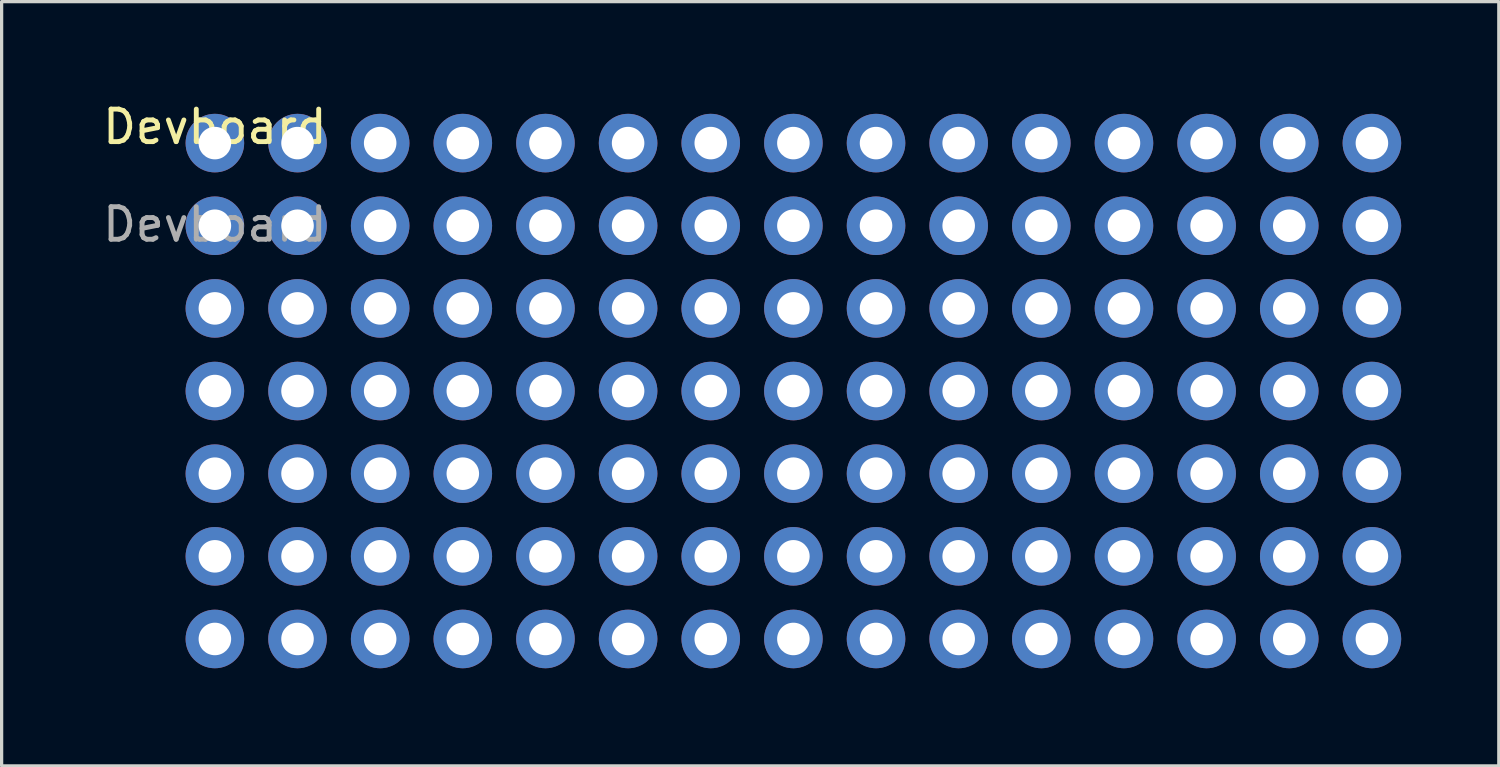
<source format=kicad_pcb>
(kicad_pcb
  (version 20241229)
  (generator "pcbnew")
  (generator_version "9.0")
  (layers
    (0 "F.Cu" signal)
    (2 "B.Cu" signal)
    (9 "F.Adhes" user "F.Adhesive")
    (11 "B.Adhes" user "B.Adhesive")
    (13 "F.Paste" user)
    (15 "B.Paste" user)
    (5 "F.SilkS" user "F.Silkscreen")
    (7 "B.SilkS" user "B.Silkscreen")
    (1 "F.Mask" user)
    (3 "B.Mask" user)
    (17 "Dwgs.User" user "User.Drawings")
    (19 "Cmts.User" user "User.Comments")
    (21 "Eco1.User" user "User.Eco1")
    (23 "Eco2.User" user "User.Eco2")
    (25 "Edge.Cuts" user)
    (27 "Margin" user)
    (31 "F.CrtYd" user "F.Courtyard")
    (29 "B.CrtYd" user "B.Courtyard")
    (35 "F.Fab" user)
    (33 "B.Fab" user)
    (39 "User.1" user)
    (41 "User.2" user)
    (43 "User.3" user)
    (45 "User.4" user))
  (footprint "Devboard"
    (layer "F.Cu")
    (at 3.554 1.348)
    (property "Reference" "Devboard" (at 0 -0.5 0) (unlocked yes) (layer "F.SilkS") (effects (font (size 1 1) (thickness 0.15))))
    (attr through_hole)
    (fp_text user "${REFERENCE}" (at 0 2.5 0) (unlocked yes) (layer "F.Fab") (effects (font (size 1 1) (thickness 0.15))))
    (pad "1" thru_hole circle (at 0 0) (size 1.8 1.8) (drill 1) (layers "*.Cu" "*.Mask"))
    (pad "2" thru_hole circle (at 2.54 0) (size 1.8 1.8) (drill 1) (layers "*.Cu" "*.Mask"))
    (pad "3" thru_hole circle (at 5.08 0) (size 1.8 1.8) (drill 1) (layers "*.Cu" "*.Mask"))
    (pad "4" thru_hole circle (at 7.62 0) (size 1.8 1.8) (drill 1) (layers "*.Cu" "*.Mask"))
    (pad "5" thru_hole circle (at 10.16 0) (size 1.8 1.8) (drill 1) (layers "*.Cu" "*.Mask"))
    (pad "6" thru_hole circle (at 12.7 0) (size 1.8 1.8) (drill 1) (layers "*.Cu" "*.Mask"))
    (pad "7" thru_hole circle (at 15.24 0) (size 1.8 1.8) (drill 1) (layers "*.Cu" "*.Mask"))
    (pad "8" thru_hole circle (at 17.78 0) (size 1.8 1.8) (drill 1) (layers "*.Cu" "*.Mask"))
    (pad "9" thru_hole circle (at 20.32 0) (size 1.8 1.8) (drill 1) (layers "*.Cu" "*.Mask"))
    (pad "10" thru_hole circle (at 22.86 0) (size 1.8 1.8) (drill 1) (layers "*.Cu" "*.Mask"))
    (pad "11" thru_hole circle (at 25.4 0) (size 1.8 1.8) (drill 1) (layers "*.Cu" "*.Mask"))
    (pad "12" thru_hole circle (at 27.94 0) (size 1.8 1.8) (drill 1) (layers "*.Cu" "*.Mask"))
    (pad "13" thru_hole circle (at 30.48 0) (size 1.8 1.8) (drill 1) (layers "*.Cu" "*.Mask"))
    (pad "14" thru_hole circle (at 33.02 0) (size 1.8 1.8) (drill 1) (layers "*.Cu" "*.Mask"))
    (pad "15" thru_hole circle (at 35.56 0) (size 1.8 1.8) (drill 1) (layers "*.Cu" "*.Mask"))
    (pad "19" thru_hole circle (at 0 2.54) (size 1.8 1.8) (drill 1) (layers "*.Cu" "*.Mask"))
    (pad "20" thru_hole circle (at 2.54 2.54) (size 1.8 1.8) (drill 1) (layers "*.Cu" "*.Mask"))
    (pad "21" thru_hole circle (at 5.08 2.54) (size 1.8 1.8) (drill 1) (layers "*.Cu" "*.Mask"))
    (pad "22" thru_hole circle (at 7.62 2.54) (size 1.8 1.8) (drill 1) (layers "*.Cu" "*.Mask"))
    (pad "23" thru_hole circle (at 10.16 2.54) (size 1.8 1.8) (drill 1) (layers "*.Cu" "*.Mask"))
    (pad "24" thru_hole circle (at 12.7 2.54) (size 1.8 1.8) (drill 1) (layers "*.Cu" "*.Mask"))
    (pad "25" thru_hole circle (at 15.24 2.54) (size 1.8 1.8) (drill 1) (layers "*.Cu" "*.Mask"))
    (pad "26" thru_hole circle (at 17.78 2.54) (size 1.8 1.8) (drill 1) (layers "*.Cu" "*.Mask"))
    (pad "27" thru_hole circle (at 20.32 2.54) (size 1.8 1.8) (drill 1) (layers "*.Cu" "*.Mask"))
    (pad "28" thru_hole circle (at 22.86 2.54) (size 1.8 1.8) (drill 1) (layers "*.Cu" "*.Mask"))
    (pad "29" thru_hole circle (at 25.4 2.54) (size 1.8 1.8) (drill 1) (layers "*.Cu" "*.Mask"))
    (pad "30" thru_hole circle (at 27.94 2.54) (size 1.8 1.8) (drill 1) (layers "*.Cu" "*.Mask"))
    (pad "31" thru_hole circle (at 30.48 2.54) (size 1.8 1.8) (drill 1) (layers "*.Cu" "*.Mask"))
    (pad "32" thru_hole circle (at 33.02 2.54) (size 1.8 1.8) (drill 1) (layers "*.Cu" "*.Mask"))
    (pad "33" thru_hole circle (at 35.56 2.54) (size 1.8 1.8) (drill 1) (layers "*.Cu" "*.Mask"))
    (pad "37" thru_hole circle (at 0 5.08) (size 1.8 1.8) (drill 1) (layers "*.Cu" "*.Mask"))
    (pad "38" thru_hole circle (at 2.54 5.08) (size 1.8 1.8) (drill 1) (layers "*.Cu" "*.Mask"))
    (pad "39" thru_hole circle (at 5.08 5.08) (size 1.8 1.8) (drill 1) (layers "*.Cu" "*.Mask"))
    (pad "40" thru_hole circle (at 7.62 5.08) (size 1.8 1.8) (drill 1) (layers "*.Cu" "*.Mask"))
    (pad "41" thru_hole circle (at 10.16 5.08) (size 1.8 1.8) (drill 1) (layers "*.Cu" "*.Mask"))
    (pad "42" thru_hole circle (at 12.7 5.08) (size 1.8 1.8) (drill 1) (layers "*.Cu" "*.Mask"))
    (pad "43" thru_hole circle (at 15.24 5.08) (size 1.8 1.8) (drill 1) (layers "*.Cu" "*.Mask"))
    (pad "44" thru_hole circle (at 17.78 5.08) (size 1.8 1.8) (drill 1) (layers "*.Cu" "*.Mask"))
    (pad "45" thru_hole circle (at 20.32 5.08) (size 1.8 1.8) (drill 1) (layers "*.Cu" "*.Mask"))
    (pad "46" thru_hole circle (at 22.86 5.08) (size 1.8 1.8) (drill 1) (layers "*.Cu" "*.Mask"))
    (pad "47" thru_hole circle (at 25.4 5.08) (size 1.8 1.8) (drill 1) (layers "*.Cu" "*.Mask"))
    (pad "48" thru_hole circle (at 27.94 5.08) (size 1.8 1.8) (drill 1) (layers "*.Cu" "*.Mask"))
    (pad "49" thru_hole circle (at 30.48 5.08) (size 1.8 1.8) (drill 1) (layers "*.Cu" "*.Mask"))
    (pad "50" thru_hole circle (at 33.02 5.08) (size 1.8 1.8) (drill 1) (layers "*.Cu" "*.Mask"))
    (pad "51" thru_hole circle (at 35.56 5.08) (size 1.8 1.8) (drill 1) (layers "*.Cu" "*.Mask"))
    (pad "55" thru_hole circle (at 0 7.62) (size 1.8 1.8) (drill 1) (layers "*.Cu" "*.Mask"))
    (pad "56" thru_hole circle (at 2.54 7.62) (size 1.8 1.8) (drill 1) (layers "*.Cu" "*.Mask"))
    (pad "57" thru_hole circle (at 5.08 7.62) (size 1.8 1.8) (drill 1) (layers "*.Cu" "*.Mask"))
    (pad "58" thru_hole circle (at 7.62 7.62) (size 1.8 1.8) (drill 1) (layers "*.Cu" "*.Mask"))
    (pad "59" thru_hole circle (at 10.16 7.62) (size 1.8 1.8) (drill 1) (layers "*.Cu" "*.Mask"))
    (pad "60" thru_hole circle (at 12.7 7.62) (size 1.8 1.8) (drill 1) (layers "*.Cu" "*.Mask"))
    (pad "61" thru_hole circle (at 15.24 7.62) (size 1.8 1.8) (drill 1) (layers "*.Cu" "*.Mask"))
    (pad "62" thru_hole circle (at 17.78 7.62) (size 1.8 1.8) (drill 1) (layers "*.Cu" "*.Mask"))
    (pad "63" thru_hole circle (at 20.32 7.62) (size 1.8 1.8) (drill 1) (layers "*.Cu" "*.Mask"))
    (pad "64" thru_hole circle (at 22.86 7.62) (size 1.8 1.8) (drill 1) (layers "*.Cu" "*.Mask"))
    (pad "65" thru_hole circle (at 25.4 7.62) (size 1.8 1.8) (drill 1) (layers "*.Cu" "*.Mask"))
    (pad "66" thru_hole circle (at 27.94 7.62) (size 1.8 1.8) (drill 1) (layers "*.Cu" "*.Mask"))
    (pad "67" thru_hole circle (at 30.48 7.62) (size 1.8 1.8) (drill 1) (layers "*.Cu" "*.Mask"))
    (pad "68" thru_hole circle (at 33.02 7.62) (size 1.8 1.8) (drill 1) (layers "*.Cu" "*.Mask"))
    (pad "69" thru_hole circle (at 35.56 7.62) (size 1.8 1.8) (drill 1) (layers "*.Cu" "*.Mask"))
    (pad "73" thru_hole circle (at 0 10.16) (size 1.8 1.8) (drill 1) (layers "*.Cu" "*.Mask"))
    (pad "74" thru_hole circle (at 2.54 10.16) (size 1.8 1.8) (drill 1) (layers "*.Cu" "*.Mask"))
    (pad "75" thru_hole circle (at 5.08 10.16) (size 1.8 1.8) (drill 1) (layers "*.Cu" "*.Mask"))
    (pad "76" thru_hole circle (at 7.62 10.16) (size 1.8 1.8) (drill 1) (layers "*.Cu" "*.Mask"))
    (pad "77" thru_hole circle (at 10.16 10.16) (size 1.8 1.8) (drill 1) (layers "*.Cu" "*.Mask"))
    (pad "78" thru_hole circle (at 12.7 10.16) (size 1.8 1.8) (drill 1) (layers "*.Cu" "*.Mask"))
    (pad "79" thru_hole circle (at 15.24 10.16) (size 1.8 1.8) (drill 1) (layers "*.Cu" "*.Mask"))
    (pad "80" thru_hole circle (at 17.78 10.16) (size 1.8 1.8) (drill 1) (layers "*.Cu" "*.Mask"))
    (pad "81" thru_hole circle (at 20.32 10.16) (size 1.8 1.8) (drill 1) (layers "*.Cu" "*.Mask"))
    (pad "82" thru_hole circle (at 22.86 10.16) (size 1.8 1.8) (drill 1) (layers "*.Cu" "*.Mask"))
    (pad "83" thru_hole circle (at 25.4 10.16) (size 1.8 1.8) (drill 1) (layers "*.Cu" "*.Mask"))
    (pad "84" thru_hole circle (at 27.94 10.16) (size 1.8 1.8) (drill 1) (layers "*.Cu" "*.Mask"))
    (pad "85" thru_hole circle (at 30.48 10.16) (size 1.8 1.8) (drill 1) (layers "*.Cu" "*.Mask"))
    (pad "86" thru_hole circle (at 33.02 10.16) (size 1.8 1.8) (drill 1) (layers "*.Cu" "*.Mask"))
    (pad "87" thru_hole circle (at 35.56 10.16) (size 1.8 1.8) (drill 1) (layers "*.Cu" "*.Mask"))
    (pad "91" thru_hole circle (at 0 12.7) (size 1.8 1.8) (drill 1) (layers "*.Cu" "*.Mask"))
    (pad "92" thru_hole circle (at 2.54 12.7) (size 1.8 1.8) (drill 1) (layers "*.Cu" "*.Mask"))
    (pad "93" thru_hole circle (at 5.08 12.7) (size 1.8 1.8) (drill 1) (layers "*.Cu" "*.Mask"))
    (pad "94" thru_hole circle (at 7.62 12.7) (size 1.8 1.8) (drill 1) (layers "*.Cu" "*.Mask"))
    (pad "95" thru_hole circle (at 10.16 12.7) (size 1.8 1.8) (drill 1) (layers "*.Cu" "*.Mask"))
    (pad "96" thru_hole circle (at 12.7 12.7) (size 1.8 1.8) (drill 1) (layers "*.Cu" "*.Mask"))
    (pad "97" thru_hole circle (at 15.24 12.7) (size 1.8 1.8) (drill 1) (layers "*.Cu" "*.Mask"))
    (pad "98" thru_hole circle (at 17.78 12.7) (size 1.8 1.8) (drill 1) (layers "*.Cu" "*.Mask"))
    (pad "99" thru_hole circle (at 20.32 12.7) (size 1.8 1.8) (drill 1) (layers "*.Cu" "*.Mask"))
    (pad "100" thru_hole circle (at 22.86 12.7) (size 1.8 1.8) (drill 1) (layers "*.Cu" "*.Mask"))
    (pad "101" thru_hole circle (at 25.4 12.7) (size 1.8 1.8) (drill 1) (layers "*.Cu" "*.Mask"))
    (pad "102" thru_hole circle (at 27.94 12.7) (size 1.8 1.8) (drill 1) (layers "*.Cu" "*.Mask"))
    (pad "103" thru_hole circle (at 30.48 12.7) (size 1.8 1.8) (drill 1) (layers "*.Cu" "*.Mask"))
    (pad "104" thru_hole circle (at 33.02 12.7) (size 1.8 1.8) (drill 1) (layers "*.Cu" "*.Mask"))
    (pad "105" thru_hole circle (at 35.56 12.7) (size 1.8 1.8) (drill 1) (layers "*.Cu" "*.Mask"))
    (pad "109" thru_hole circle (at 0 15.24) (size 1.8 1.8) (drill 1) (layers "*.Cu" "*.Mask"))
    (pad "110" thru_hole circle (at 2.54 15.24) (size 1.8 1.8) (drill 1) (layers "*.Cu" "*.Mask"))
    (pad "111" thru_hole circle (at 5.08 15.24) (size 1.8 1.8) (drill 1) (layers "*.Cu" "*.Mask"))
    (pad "112" thru_hole circle (at 7.62 15.24) (size 1.8 1.8) (drill 1) (layers "*.Cu" "*.Mask"))
    (pad "113" thru_hole circle (at 10.16 15.24) (size 1.8 1.8) (drill 1) (layers "*.Cu" "*.Mask"))
    (pad "114" thru_hole circle (at 12.7 15.24) (size 1.8 1.8) (drill 1) (layers "*.Cu" "*.Mask"))
    (pad "115" thru_hole circle (at 15.24 15.24) (size 1.8 1.8) (drill 1) (layers "*.Cu" "*.Mask"))
    (pad "116" thru_hole circle (at 17.78 15.24) (size 1.8 1.8) (drill 1) (layers "*.Cu" "*.Mask"))
    (pad "117" thru_hole circle (at 20.32 15.24) (size 1.8 1.8) (drill 1) (layers "*.Cu" "*.Mask"))
    (pad "118" thru_hole circle (at 22.86 15.24) (size 1.8 1.8) (drill 1) (layers "*.Cu" "*.Mask"))
    (pad "119" thru_hole circle (at 25.4 15.24) (size 1.8 1.8) (drill 1) (layers "*.Cu" "*.Mask"))
    (pad "120" thru_hole circle (at 27.94 15.24) (size 1.8 1.8) (drill 1) (layers "*.Cu" "*.Mask"))
    (pad "121" thru_hole circle (at 30.48 15.24) (size 1.8 1.8) (drill 1) (layers "*.Cu" "*.Mask"))
    (pad "122" thru_hole circle (at 33.02 15.24) (size 1.8 1.8) (drill 1) (layers "*.Cu" "*.Mask"))
    (pad "123" thru_hole circle (at 35.56 15.24) (size 1.8 1.8) (drill 1) (layers "*.Cu" "*.Mask")))
  (gr_rect
    (start -3 -3)
    (end 43.014 20.488)
    (stroke (width 0.1) (type default))
    (fill no)
    (layer "Edge.Cuts")))
</source>
